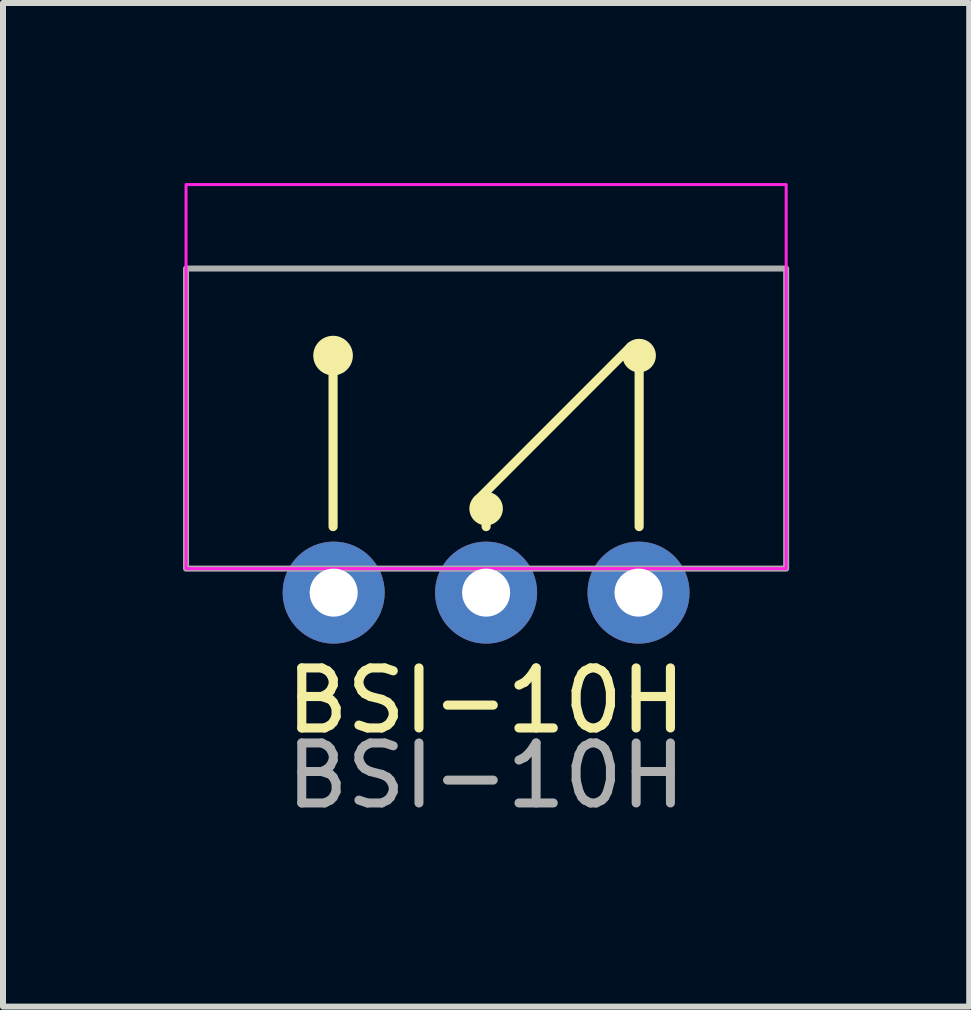
<source format=kicad_pcb>
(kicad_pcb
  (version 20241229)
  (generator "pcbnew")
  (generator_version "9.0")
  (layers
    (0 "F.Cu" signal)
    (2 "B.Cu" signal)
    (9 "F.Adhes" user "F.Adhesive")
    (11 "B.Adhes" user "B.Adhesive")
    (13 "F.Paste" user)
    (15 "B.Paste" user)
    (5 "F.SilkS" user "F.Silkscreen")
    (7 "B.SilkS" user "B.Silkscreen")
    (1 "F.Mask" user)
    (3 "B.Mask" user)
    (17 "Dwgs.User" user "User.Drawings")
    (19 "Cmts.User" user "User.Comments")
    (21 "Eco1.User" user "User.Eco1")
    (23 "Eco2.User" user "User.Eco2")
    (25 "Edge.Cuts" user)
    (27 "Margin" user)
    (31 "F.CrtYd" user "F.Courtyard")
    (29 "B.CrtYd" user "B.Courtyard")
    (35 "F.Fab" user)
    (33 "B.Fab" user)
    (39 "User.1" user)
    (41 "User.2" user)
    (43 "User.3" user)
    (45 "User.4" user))
  (footprint "BSI-10H"
    (layer "F.Cu")
    (at 5.05 6.825)
    (property "Reference" "BSI-10H" (at 0 1.8 0) (unlocked yes) (layer "F.SilkS") (effects (font (size 1 1) (thickness 0.152))))
    (attr through_hole)
    (fp_line (start -2.55 -1.1) (end -2.55 -3.95) (stroke (width 0.152) (type solid)) (layer "F.SilkS"))
    (fp_line (start -0.146 -1.54) (end 2.415 -4.103) (stroke (width 0.152) (type solid)) (layer "F.SilkS"))
    (fp_line (start 0 -1.1) (end 0 -1.4) (stroke (width 0.152) (type solid)) (layer "F.SilkS"))
    (fp_line (start 2.55 -1.1) (end 2.55 -3.95) (stroke (width 0.152) (type solid)) (layer "F.SilkS"))
    (fp_circle (center -2.55 -3.95) (end -2.296 -3.95) (stroke (width 0.152) (type solid)) (fill yes) (layer "F.SilkS"))
    (fp_circle (center 0 -1.4) (end 0.152 -1.4) (stroke (width 0.254) (type solid)) (fill yes) (layer "F.SilkS"))
    (fp_circle (center 2.55 -3.95) (end 2.702 -3.95) (stroke (width 0.254) (type solid)) (fill yes) (layer "F.SilkS"))
    (fp_rect (start -5 -6.8) (end 5 -0.4) (stroke (width 0.05) (type solid)) (fill no) (layer "F.CrtYd"))
    (fp_rect (start -5 -5.4) (end 5 -0.4) (stroke (width 0.1) (type solid)) (fill no) (layer "F.Fab"))
    (fp_text user "${REFERENCE}" (at 0 3.05 0) (unlocked yes) (layer "F.Fab") (effects (font (size 1 1) (thickness 0.15))))
    (pad "1" thru_hole circle (at 0 0) (size 1.7 1.7) (drill 0.8) (layers "*.Cu" "*.Mask"))
    (pad "2" thru_hole circle (at -2.54 0 90) (size 1.7 1.7) (drill 0.8) (layers "*.Cu" "*.Mask"))
    (pad "3" thru_hole circle (at 2.54 0) (size 1.7 1.7) (drill 0.8) (layers "*.Cu" "*.Mask")))
  (gr_rect
    (start -3 -3)
    (end 13.1 13.723)
    (stroke (width 0.1) (type default))
    (fill no)
    (layer "Edge.Cuts")))
</source>
